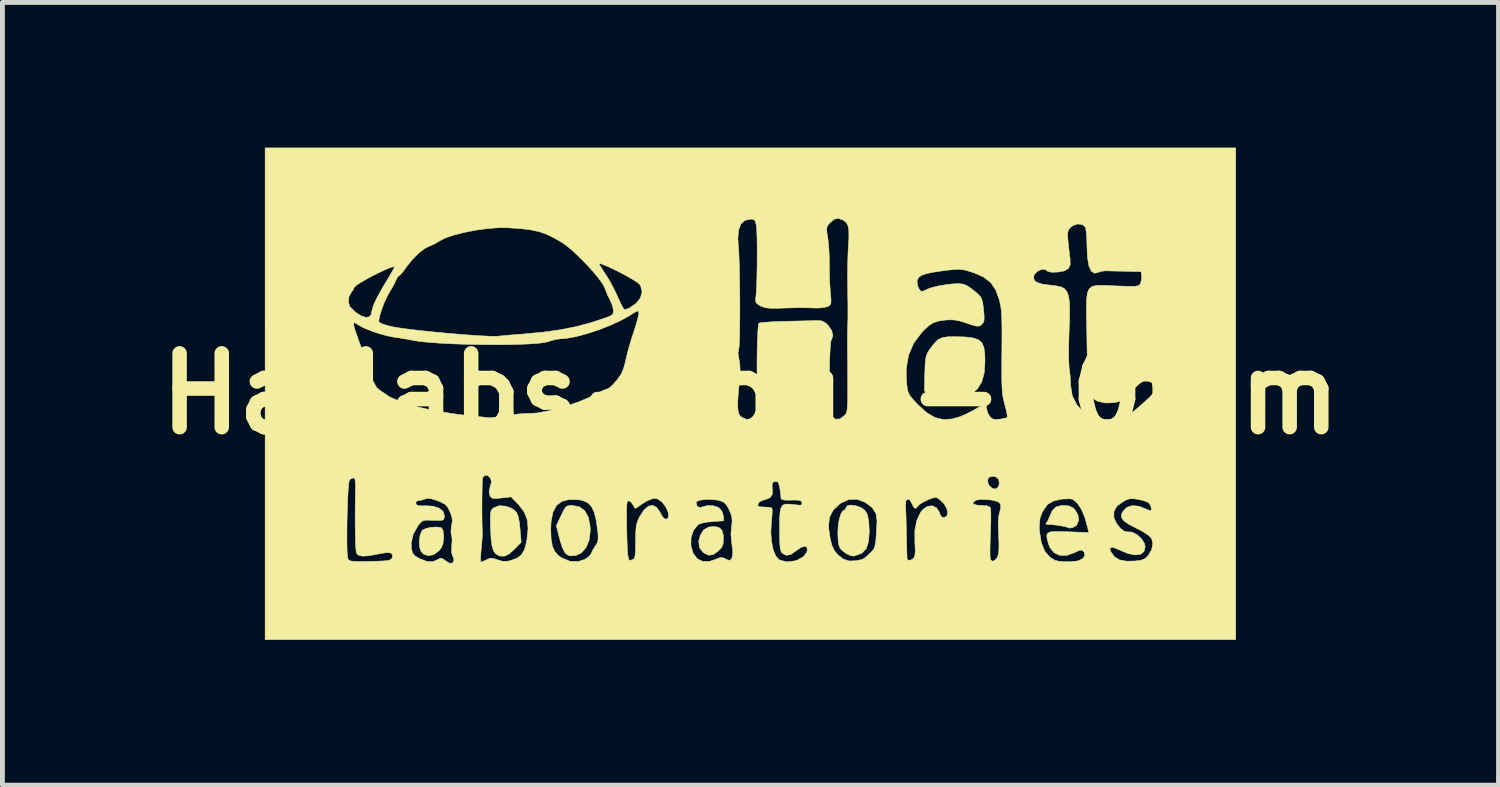
<source format=kicad_pcb>
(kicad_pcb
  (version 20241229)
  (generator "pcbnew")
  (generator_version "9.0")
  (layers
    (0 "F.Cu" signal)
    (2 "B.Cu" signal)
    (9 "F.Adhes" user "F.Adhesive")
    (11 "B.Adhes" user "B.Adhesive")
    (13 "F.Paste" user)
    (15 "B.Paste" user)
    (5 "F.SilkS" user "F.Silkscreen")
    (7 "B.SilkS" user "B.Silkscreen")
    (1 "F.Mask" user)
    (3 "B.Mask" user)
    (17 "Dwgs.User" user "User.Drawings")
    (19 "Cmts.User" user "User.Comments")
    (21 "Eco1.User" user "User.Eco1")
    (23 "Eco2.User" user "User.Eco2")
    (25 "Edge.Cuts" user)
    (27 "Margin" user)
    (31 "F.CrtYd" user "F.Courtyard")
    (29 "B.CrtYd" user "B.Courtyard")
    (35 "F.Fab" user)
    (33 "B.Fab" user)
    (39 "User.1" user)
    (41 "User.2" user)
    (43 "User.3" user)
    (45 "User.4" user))
  (footprint "Hatlabs-logo-20mm"
    (layer "F.Cu")
    (at 12.453 5.085)
    (property "Reference" "Hatlabs-logo-20mm" (at 0 0 0) (layer "F.SilkS") (effects (font (size 1.524 1.524) (thickness 0.3))))
    (attr through_hole)
    (fp_poly (pts (xy -0.656 2.758) (xy -0.591 2.814) (xy -0.561 2.919) (xy -0.557 2.998) (xy -0.565 3.105) (xy -0.598 3.18) (xy -0.663 3.247) (xy -0.767 3.321) (xy -0.858 3.336) (xy -0.952 3.294) (xy -0.981 3.273) (xy -1.054 3.177) (xy -1.068 3.049) (xy -1.035 2.921) (xy -0.967 2.811) (xy -0.865 2.754) (xy -0.764 2.742) (xy -0.656 2.758)) (stroke (width 0.01) (type solid)) (fill yes) (layer "F.SilkS"))
    (fp_poly (pts (xy -6.409 2.76) (xy -6.383 2.771) (xy -6.35 2.825) (xy -6.338 2.93) (xy -6.338 2.977) (xy -6.351 3.097) (xy -6.386 3.182) (xy -6.437 3.245) (xy -6.543 3.322) (xy -6.652 3.345) (xy -6.75 3.314) (xy -6.805 3.258) (xy -6.836 3.167) (xy -6.842 3.047) (xy -6.826 2.927) (xy -6.789 2.834) (xy -6.775 2.817) (xy -6.709 2.783) (xy -6.607 2.761) (xy -6.498 2.752) (xy -6.409 2.76)) (stroke (width 0.01) (type solid)) (fill yes) (layer "F.SilkS"))
    (fp_poly (pts (xy -3.535 2.334) (xy -3.422 2.416) (xy -3.348 2.553) (xy -3.312 2.742) (xy -3.309 2.832) (xy -3.331 3.018) (xy -3.392 3.171) (xy -3.486 3.282) (xy -3.607 3.342) (xy -3.718 3.349) (xy -3.784 3.327) (xy -3.838 3.273) (xy -3.886 3.176) (xy -3.933 3.028) (xy -3.956 2.942) (xy -4.01 2.726) (xy -3.912 2.516) (xy -3.858 2.406) (xy -3.818 2.343) (xy -3.775 2.314) (xy -3.717 2.306) (xy -3.686 2.306) (xy -3.535 2.334)) (stroke (width 0.01) (type solid)) (fill yes) (layer "F.SilkS"))
    (fp_poly (pts (xy 6.585 2.317) (xy 6.665 2.358) (xy 6.703 2.394) (xy 6.766 2.499) (xy 6.782 2.61) (xy 6.746 2.705) (xy 6.732 2.721) (xy 6.665 2.762) (xy 6.59 2.775) (xy 6.547 2.759) (xy 6.506 2.745) (xy 6.421 2.729) (xy 6.316 2.713) (xy 6.215 2.703) (xy 6.153 2.7) (xy 6.104 2.693) (xy 6.105 2.679) (xy 6.138 2.635) (xy 6.173 2.555) (xy 6.178 2.542) (xy 6.237 2.413) (xy 6.313 2.338) (xy 6.42 2.308) (xy 6.474 2.306) (xy 6.585 2.317)) (stroke (width 0.01) (type solid)) (fill yes) (layer "F.SilkS"))
    (fp_poly (pts (xy -5.061 2.321) (xy -4.965 2.353) (xy -4.886 2.395) (xy -4.832 2.451) (xy -4.796 2.535) (xy -4.773 2.661) (xy -4.759 2.799) (xy -4.737 3.068) (xy -4.867 3.202) (xy -4.98 3.305) (xy -5.075 3.353) (xy -5.165 3.354) (xy -5.203 3.342) (xy -5.265 3.304) (xy -5.309 3.24) (xy -5.339 3.141) (xy -5.358 2.996) (xy -5.368 2.795) (xy -5.369 2.785) (xy -5.373 2.621) (xy -5.372 2.511) (xy -5.365 2.441) (xy -5.349 2.399) (xy -5.323 2.37) (xy -5.306 2.358) (xy -5.194 2.312) (xy -5.061 2.321)) (stroke (width 0.01) (type solid)) (fill yes) (layer "F.SilkS"))
    (fp_poly (pts (xy 2.168 2.31) (xy 2.273 2.345) (xy 2.314 2.367) (xy 2.377 2.422) (xy 2.419 2.507) (xy 2.444 2.633) (xy 2.454 2.813) (xy 2.455 2.857) (xy 2.44 3.054) (xy 2.392 3.198) (xy 2.313 3.286) (xy 2.278 3.303) (xy 2.193 3.334) (xy 2.139 3.353) (xy 2.082 3.348) (xy 1.999 3.311) (xy 1.966 3.291) (xy 1.894 3.239) (xy 1.849 3.186) (xy 1.823 3.115) (xy 1.811 3.009) (xy 1.806 2.867) (xy 1.813 2.721) (xy 1.836 2.587) (xy 1.87 2.481) (xy 1.911 2.418) (xy 1.937 2.406) (xy 1.968 2.379) (xy 1.972 2.356) (xy 2 2.315) (xy 2.071 2.299) (xy 2.168 2.31)) (stroke (width 0.01) (type solid)) (fill yes) (layer "F.SilkS"))
    (fp_poly (pts (xy 4.426 -1.175) (xy 4.591 -1.156) (xy 4.707 -1.118) (xy 4.782 -1.054) (xy 4.824 -0.956) (xy 4.842 -0.819) (xy 4.846 -0.672) (xy 4.831 -0.437) (xy 4.781 -0.251) (xy 4.692 -0.104) (xy 4.555 0.016) (xy 4.415 0.097) (xy 4.246 0.173) (xy 4.114 0.209) (xy 4.006 0.208) (xy 3.922 0.18) (xy 3.829 0.125) (xy 3.727 0.052) (xy 3.706 0.035) (xy 3.593 -0.06) (xy 3.602 -0.422) (xy 3.608 -0.588) (xy 3.617 -0.703) (xy 3.633 -0.784) (xy 3.659 -0.847) (xy 3.695 -0.906) (xy 3.791 -1.035) (xy 3.873 -1.116) (xy 3.963 -1.16) (xy 4.079 -1.178) (xy 4.203 -1.18) (xy 4.426 -1.175)) (stroke (width 0.01) (type solid)) (fill yes) (layer "F.SilkS"))
    (fp_poly (pts (xy 10.026 5.08) (xy -10.026 5.08) (xy -10.026 3.037) (xy -8.336 3.037) (xy -8.334 3.197) (xy -8.329 3.318) (xy -8.32 3.39) (xy -8.318 3.397) (xy -8.304 3.426) (xy -8.28 3.446) (xy -8.233 3.457) (xy -8.153 3.463) (xy -8.027 3.464) (xy -7.867 3.462) (xy -7.687 3.458) (xy -7.561 3.452) (xy -7.481 3.442) (xy -7.433 3.425) (xy -7.407 3.402) (xy -7.406 3.4) (xy -7.39 3.338) (xy -7.412 3.303) (xy -7.448 3.284) (xy -7.51 3.282) (xy -7.613 3.296) (xy -7.721 3.317) (xy -7.892 3.347) (xy -8.01 3.354) (xy -8.071 3.342) (xy -8.106 3.327) (xy -8.129 3.304) (xy -8.144 3.262) (xy -8.153 3.189) (xy -8.158 3.094) (xy -7.009 3.094) (xy -7.002 3.207) (xy -6.978 3.292) (xy -6.93 3.35) (xy -6.837 3.404) (xy -6.837 3.404) (xy -6.685 3.463) (xy -6.562 3.469) (xy -6.461 3.426) (xy -6.405 3.396) (xy -6.357 3.407) (xy -6.311 3.442) (xy -6.22 3.499) (xy -6.156 3.497) (xy -6.128 3.459) (xy -6.129 3.429) (xy -5.575 3.429) (xy -5.569 3.474) (xy -5.567 3.476) (xy -5.524 3.462) (xy -5.452 3.428) (xy -5.45 3.427) (xy -5.38 3.398) (xy -5.316 3.399) (xy -5.224 3.429) (xy -5.223 3.43) (xy -5.118 3.461) (xy -5.021 3.459) (xy -4.948 3.443) (xy -4.819 3.395) (xy -4.729 3.325) (xy -4.668 3.219) (xy -4.627 3.063) (xy -4.616 3.003) (xy -4.595 2.789) (xy -4.125 2.789) (xy -4.118 2.995) (xy -4.091 3.149) (xy -4.039 3.263) (xy -3.958 3.349) (xy -3.9 3.389) (xy -3.728 3.46) (xy -3.559 3.466) (xy -3.424 3.422) (xy -3.343 3.368) (xy -3.292 3.306) (xy -3.289 3.298) (xy -3.252 3.22) (xy -3.199 3.136) (xy -3.162 3.075) (xy -3.147 3.008) (xy -3.148 2.91) (xy -3.156 2.835) (xy -3.187 2.609) (xy -3.207 2.531) (xy -2.558 2.531) (xy -2.556 2.727) (xy -2.555 2.789) (xy -2.55 3.021) (xy -2.543 3.194) (xy -2.534 3.315) (xy -2.523 3.392) (xy -2.508 3.432) (xy -2.491 3.442) (xy -2.453 3.432) (xy -2.426 3.422) (xy -2.401 3.402) (xy -2.386 3.355) (xy -2.377 3.27) (xy -2.373 3.142) (xy -1.229 3.142) (xy -1.185 3.291) (xy -1.099 3.407) (xy -0.984 3.464) (xy -0.843 3.462) (xy -0.718 3.419) (xy -0.629 3.384) (xy -0.568 3.385) (xy -0.534 3.402) (xy -0.467 3.434) (xy -0.434 3.442) (xy -0.39 3.413) (xy -0.367 3.333) (xy -0.367 3.219) (xy -0.382 3.126) (xy -0.403 2.896) (xy -0.391 2.759) (xy -0.378 2.634) (xy -0.385 2.541) (xy -0.416 2.447) (xy -0.438 2.399) (xy -0.483 2.316) (xy 0.155 2.316) (xy 0.187 2.334) (xy 0.269 2.339) (xy 0.285 2.339) (xy 0.377 2.345) (xy 0.437 2.358) (xy 0.446 2.365) (xy 0.45 2.408) (xy 0.447 2.5) (xy 0.436 2.623) (xy 0.432 2.659) (xy 0.422 2.863) (xy 0.436 3.054) (xy 0.47 3.22) (xy 0.523 3.349) (xy 0.59 3.426) (xy 0.602 3.433) (xy 0.753 3.473) (xy 0.92 3.452) (xy 0.979 3.431) (xy 1.098 3.362) (xy 1.162 3.275) (xy 1.175 3.226) (xy 1.166 3.167) (xy 1.117 3.15) (xy 1.04 3.176) (xy 0.95 3.239) (xy 0.837 3.319) (xy 0.744 3.338) (xy 0.663 3.298) (xy 0.654 3.29) (xy 0.632 3.255) (xy 0.617 3.197) (xy 0.607 3.103) (xy 0.603 2.963) (xy 0.602 2.789) (xy 0.602 2.727) (xy 1.614 2.727) (xy 1.62 2.803) (xy 1.648 2.992) (xy 1.683 3.131) (xy 1.731 3.234) (xy 1.798 3.318) (xy 1.812 3.332) (xy 1.923 3.416) (xy 2.042 3.454) (xy 2.185 3.449) (xy 2.308 3.422) (xy 2.361 3.391) (xy 2.436 3.328) (xy 2.473 3.292) (xy 2.515 3.248) (xy 2.546 3.209) (xy 2.567 3.164) (xy 2.582 3.1) (xy 2.593 3.007) (xy 2.602 2.874) (xy 2.612 2.688) (xy 2.615 2.623) (xy 2.594 2.476) (xy 2.513 2.349) (xy 2.454 2.305) (xy 3.203 2.305) (xy 3.203 2.307) (xy 3.208 2.382) (xy 3.213 2.509) (xy 3.218 2.67) (xy 3.222 2.851) (xy 3.223 2.908) (xy 3.227 3.082) (xy 3.23 3.231) (xy 3.234 3.344) (xy 3.236 3.408) (xy 3.237 3.417) (xy 3.267 3.442) (xy 3.324 3.431) (xy 3.376 3.391) (xy 3.398 3.337) (xy 3.405 3.241) (xy 3.398 3.09) (xy 3.397 3.081) (xy 3.396 2.827) (xy 3.437 2.613) (xy 3.518 2.444) (xy 3.558 2.395) (xy 3.657 2.325) (xy 3.758 2.314) (xy 3.846 2.357) (xy 3.905 2.45) (xy 3.916 2.49) (xy 3.954 2.547) (xy 3.994 2.557) (xy 4.053 2.532) (xy 4.074 2.468) (xy 4.059 2.381) (xy 4.009 2.287) (xy 3.976 2.248) (xy 3.975 2.246) (xy 4.596 2.246) (xy 4.608 2.279) (xy 4.678 2.3) (xy 4.778 2.306) (xy 4.889 2.314) (xy 4.947 2.34) (xy 4.959 2.359) (xy 4.965 2.41) (xy 4.967 2.514) (xy 4.966 2.658) (xy 4.961 2.828) (xy 4.958 2.89) (xy 4.952 3.066) (xy 4.949 3.22) (xy 4.95 3.341) (xy 4.955 3.412) (xy 4.958 3.423) (xy 4.994 3.459) (xy 5.044 3.445) (xy 5.093 3.39) (xy 5.125 3.307) (xy 5.126 3.304) (xy 5.133 3.223) (xy 5.134 3.097) (xy 5.129 2.949) (xy 5.126 2.891) (xy 5.121 2.746) (xy 5.967 2.746) (xy 5.972 2.845) (xy 6.009 3.075) (xy 6.08 3.251) (xy 6.187 3.377) (xy 6.3 3.444) (xy 6.383 3.461) (xy 6.504 3.469) (xy 6.636 3.467) (xy 6.75 3.454) (xy 6.781 3.447) (xy 6.869 3.402) (xy 6.909 3.34) (xy 6.895 3.274) (xy 6.883 3.259) (xy 6.844 3.231) (xy 6.798 3.233) (xy 6.721 3.269) (xy 6.708 3.276) (xy 6.544 3.337) (xy 6.398 3.34) (xy 6.277 3.287) (xy 6.216 3.213) (xy 7.427 3.213) (xy 7.448 3.267) (xy 7.524 3.369) (xy 7.626 3.431) (xy 7.767 3.458) (xy 7.954 3.454) (xy 8.075 3.437) (xy 8.154 3.404) (xy 8.212 3.349) (xy 8.289 3.22) (xy 8.312 3.09) (xy 8.286 2.986) (xy 8.228 2.926) (xy 8.116 2.852) (xy 7.967 2.774) (xy 7.811 2.693) (xy 7.713 2.623) (xy 7.667 2.557) (xy 7.667 2.487) (xy 7.686 2.442) (xy 7.769 2.35) (xy 7.887 2.31) (xy 8.031 2.324) (xy 8.156 2.374) (xy 8.244 2.411) (xy 8.283 2.405) (xy 8.279 2.35) (xy 8.258 2.291) (xy 8.216 2.245) (xy 8.123 2.207) (xy 8.039 2.188) (xy 7.923 2.168) (xy 7.843 2.168) (xy 7.771 2.19) (xy 7.707 2.222) (xy 7.577 2.316) (xy 7.51 2.425) (xy 7.508 2.55) (xy 7.518 2.583) (xy 7.571 2.689) (xy 7.644 2.78) (xy 7.721 2.839) (xy 7.786 2.851) (xy 7.882 2.857) (xy 7.985 2.909) (xy 8.077 2.991) (xy 8.139 3.09) (xy 8.155 3.163) (xy 8.13 3.261) (xy 8.058 3.317) (xy 7.945 3.33) (xy 7.796 3.299) (xy 7.619 3.225) (xy 7.508 3.178) (xy 7.443 3.175) (xy 7.427 3.213) (xy 6.216 3.213) (xy 6.189 3.18) (xy 6.156 3.097) (xy 6.129 2.994) (xy 6.122 2.923) (xy 6.143 2.878) (xy 6.2 2.853) (xy 6.302 2.845) (xy 6.458 2.847) (xy 6.569 2.851) (xy 6.989 2.867) (xy 6.966 2.762) (xy 6.909 2.557) (xy 6.836 2.386) (xy 6.753 2.259) (xy 6.664 2.185) (xy 6.608 2.169) (xy 6.424 2.176) (xy 6.267 2.213) (xy 6.151 2.277) (xy 6.124 2.304) (xy 6.03 2.441) (xy 5.98 2.58) (xy 5.967 2.746) (xy 5.121 2.746) (xy 5.119 2.67) (xy 5.132 2.512) (xy 5.145 2.463) (xy 5.173 2.347) (xy 5.162 2.271) (xy 5.102 2.224) (xy 4.987 2.197) (xy 4.931 2.19) (xy 4.774 2.182) (xy 4.668 2.196) (xy 4.647 2.205) (xy 4.596 2.246) (xy 3.975 2.246) (xy 3.904 2.181) (xy 3.845 2.143) (xy 3.829 2.139) (xy 3.761 2.154) (xy 3.666 2.191) (xy 3.568 2.24) (xy 3.49 2.289) (xy 3.454 2.325) (xy 3.419 2.37) (xy 3.378 2.352) (xy 3.338 2.274) (xy 3.337 2.271) (xy 3.292 2.193) (xy 3.245 2.175) (xy 3.211 2.214) (xy 3.203 2.305) (xy 2.454 2.305) (xy 2.368 2.241) (xy 2.201 2.179) (xy 2.035 2.184) (xy 1.875 2.255) (xy 1.848 2.273) (xy 1.711 2.403) (xy 1.634 2.55) (xy 1.614 2.727) (xy 0.602 2.727) (xy 0.603 2.589) (xy 0.612 2.446) (xy 0.633 2.352) (xy 0.671 2.299) (xy 0.733 2.278) (xy 0.823 2.28) (xy 0.908 2.29) (xy 1.007 2.301) (xy 1.054 2.297) (xy 1.066 2.273) (xy 1.063 2.251) (xy 1.047 2.217) (xy 1.007 2.2) (xy 0.926 2.195) (xy 0.843 2.197) (xy 0.716 2.197) (xy 0.648 2.184) (xy 0.633 2.164) (xy 0.62 2.033) (xy 0.601 1.919) (xy 0.579 1.843) (xy 0.569 1.825) (xy 0.516 1.81) (xy 0.485 1.817) (xy 0.45 1.847) (xy 0.447 1.913) (xy 0.453 1.955) (xy 0.456 2.069) (xy 0.409 2.144) (xy 0.305 2.187) (xy 0.284 2.191) (xy 0.193 2.227) (xy 0.157 2.276) (xy 0.155 2.316) (xy -0.483 2.316) (xy -0.494 2.297) (xy -0.552 2.239) (xy -0.632 2.207) (xy -0.632 2.207) (xy -0.743 2.188) (xy -0.865 2.182) (xy -0.981 2.189) (xy -1.071 2.206) (xy -1.119 2.233) (xy -1.122 2.242) (xy -1.103 2.319) (xy -1.051 2.351) (xy -1.001 2.339) (xy -0.894 2.309) (xy -0.769 2.313) (xy -0.662 2.348) (xy -0.638 2.365) (xy -0.582 2.441) (xy -0.559 2.523) (xy -0.551 2.624) (xy -0.789 2.64) (xy -0.919 2.655) (xy -1.025 2.679) (xy -1.083 2.705) (xy -1.178 2.824) (xy -1.227 2.976) (xy -1.229 3.142) (xy -2.373 3.142) (xy -2.373 3.136) (xy -2.373 3.053) (xy -2.371 2.887) (xy -2.363 2.768) (xy -2.346 2.678) (xy -2.317 2.598) (xy -2.289 2.54) (xy -2.2 2.401) (xy -2.108 2.322) (xy -2.018 2.304) (xy -1.935 2.349) (xy -1.873 2.437) (xy -1.817 2.538) (xy -1.774 2.585) (xy -1.733 2.589) (xy -1.712 2.578) (xy -1.689 2.529) (xy -1.701 2.447) (xy -1.741 2.352) (xy -1.802 2.264) (xy -1.839 2.227) (xy -1.916 2.173) (xy -1.984 2.161) (xy -2.042 2.173) (xy -2.137 2.214) (xy -2.241 2.276) (xy -2.262 2.291) (xy -2.333 2.342) (xy -2.377 2.368) (xy -2.383 2.368) (xy -2.439 2.273) (xy -2.484 2.225) (xy -2.514 2.212) (xy -2.533 2.216) (xy -2.546 2.241) (xy -2.554 2.296) (xy -2.558 2.39) (xy -2.558 2.531) (xy -3.207 2.531) (xy -3.229 2.442) (xy -3.287 2.324) (xy -3.366 2.248) (xy -3.471 2.204) (xy -3.552 2.189) (xy -3.747 2.184) (xy -3.898 2.223) (xy -4.008 2.31) (xy -4.081 2.449) (xy -4.118 2.642) (xy -4.125 2.789) (xy -4.595 2.789) (xy -4.594 2.782) (xy -4.611 2.603) (xy -4.67 2.449) (xy -4.776 2.306) (xy -4.8 2.28) (xy -4.943 2.13) (xy -5.143 2.153) (xy -5.257 2.163) (xy -5.323 2.159) (xy -5.36 2.138) (xy -5.381 2.106) (xy -5.4 2.031) (xy -5.381 1.935) (xy -5.375 1.919) (xy -5.351 1.818) (xy -5.357 1.791) (xy 4.896 1.791) (xy 4.92 1.876) (xy 4.931 1.895) (xy 4.999 1.958) (xy 5.069 1.966) (xy 5.123 1.92) (xy 5.141 1.858) (xy 5.13 1.766) (xy 5.069 1.716) (xy 4.992 1.705) (xy 4.922 1.729) (xy 4.896 1.791) (xy -5.357 1.791) (xy -5.367 1.748) (xy -5.369 1.745) (xy -5.428 1.689) (xy -5.488 1.683) (xy -5.529 1.728) (xy -5.536 1.778) (xy -5.541 1.881) (xy -5.544 2.027) (xy -5.546 2.201) (xy -5.547 2.392) (xy -5.545 2.586) (xy -5.542 2.771) (xy -5.538 2.891) (xy -5.54 2.955) (xy -5.548 3.065) (xy -5.56 3.196) (xy -5.563 3.217) (xy -5.572 3.338) (xy -5.575 3.429) (xy -6.129 3.429) (xy -6.131 3.393) (xy -6.15 3.359) (xy -6.175 3.282) (xy -6.171 3.147) (xy -6.17 3.133) (xy -6.163 3.026) (xy -6.169 2.942) (xy -6.178 2.914) (xy -6.188 2.855) (xy -6.18 2.76) (xy -6.174 2.728) (xy -6.158 2.623) (xy -6.171 2.53) (xy -6.209 2.433) (xy -6.255 2.342) (xy -6.308 2.284) (xy -6.391 2.239) (xy -6.465 2.209) (xy -6.591 2.169) (xy -6.674 2.16) (xy -6.717 2.172) (xy -6.805 2.201) (xy -6.852 2.206) (xy -6.906 2.223) (xy -6.912 2.264) (xy -6.894 2.298) (xy -6.847 2.314) (xy -6.755 2.315) (xy -6.717 2.313) (xy -6.556 2.322) (xy -6.431 2.362) (xy -6.349 2.43) (xy -6.322 2.519) (xy -6.323 2.532) (xy -6.331 2.581) (xy -6.353 2.607) (xy -6.404 2.617) (xy -6.499 2.616) (xy -6.554 2.614) (xy -6.673 2.61) (xy -6.746 2.617) (xy -6.796 2.643) (xy -6.843 2.694) (xy -6.866 2.724) (xy -6.969 2.906) (xy -7.009 3.094) (xy -8.158 3.094) (xy -8.159 3.073) (xy -8.163 2.904) (xy -8.163 2.883) (xy -8.166 2.675) (xy -8.166 2.447) (xy -8.164 2.232) (xy -8.162 2.097) (xy -8.159 1.934) (xy -8.161 1.827) (xy -8.171 1.766) (xy -8.187 1.741) (xy -8.199 1.738) (xy -8.261 1.761) (xy -8.284 1.783) (xy -8.295 1.828) (xy -8.306 1.929) (xy -8.315 2.073) (xy -8.323 2.249) (xy -8.329 2.445) (xy -8.334 2.649) (xy -8.336 2.851) (xy -8.336 3.037) (xy -10.026 3.037) (xy -10.026 -1.447) (xy -8.201 -1.447) (xy -8.189 -1.386) (xy -8.155 -1.277) (xy -8.098 -1.114) (xy -8.088 -1.086) (xy -8.038 -0.953) (xy -7.985 -0.822) (xy -7.954 -0.752) (xy -7.906 -0.632) (xy -7.864 -0.496) (xy -7.855 -0.456) (xy -7.795 -0.259) (xy -7.718 -0.125) (xy -7.645 -0.064) (xy -7.558 -0.009) (xy -7.503 0.034) (xy -7.436 0.073) (xy -7.321 0.122) (xy -7.175 0.175) (xy -7.013 0.228) (xy -6.854 0.274) (xy -6.713 0.309) (xy -6.608 0.327) (xy -6.577 0.328) (xy -6.485 0.333) (xy -6.417 0.351) (xy -6.414 0.353) (xy -6.347 0.375) (xy -6.219 0.4) (xy -6.032 0.427) (xy -5.792 0.454) (xy -5.682 0.466) (xy -5.555 0.478) (xy -5.452 0.489) (xy -5.393 0.495) (xy -5.389 0.496) (xy -5.339 0.493) (xy -5.241 0.48) (xy -5.112 0.461) (xy -5.055 0.451) (xy -4.895 0.428) (xy -4.733 0.412) (xy -4.601 0.406) (xy -4.579 0.407) (xy -4.419 0.397) (xy -4.218 0.363) (xy -3.991 0.308) (xy -3.757 0.24) (xy -3.665 0.207) (xy -0.264 0.207) (xy -0.259 0.328) (xy -0.241 0.411) (xy -0.207 0.463) (xy -0.167 0.492) (xy -0.079 0.528) (xy -0.013 0.524) (xy 0.067 0.478) (xy 0.068 0.478) (xy 0.147 0.417) (xy 0.178 0.359) (xy 0.174 0.277) (xy 0.166 0.239) (xy 0.155 0.155) (xy 0.147 0.024) (xy 0.141 -0.143) (xy 0.138 -0.336) (xy 0.136 -0.542) (xy 0.137 -0.751) (xy 0.14 -0.952) (xy 0.146 -1.134) (xy 0.153 -1.285) (xy 0.162 -1.396) (xy 0.173 -1.454) (xy 0.176 -1.46) (xy 0.223 -1.47) (xy 0.323 -1.479) (xy 0.465 -1.488) (xy 0.636 -1.495) (xy 0.735 -1.498) (xy 0.926 -1.502) (xy 1.103 -1.506) (xy 1.251 -1.51) (xy 1.355 -1.513) (xy 1.383 -1.513) (xy 1.48 -1.505) (xy 1.555 -1.463) (xy 1.609 -1.41) (xy 1.68 -1.303) (xy 1.704 -1.202) (xy 1.677 -1.123) (xy 1.671 -1.116) (xy 1.66 -1.072) (xy 1.65 -0.969) (xy 1.641 -0.814) (xy 1.634 -0.615) (xy 1.63 -0.378) (xy 1.63 -0.341) (xy 1.627 -0.097) (xy 1.627 0.089) (xy 1.63 0.227) (xy 1.635 0.324) (xy 1.644 0.39) (xy 1.658 0.433) (xy 1.676 0.463) (xy 1.679 0.467) (xy 1.762 0.526) (xy 1.85 0.519) (xy 1.936 0.453) (xy 1.955 0.434) (xy 1.97 0.415) (xy 1.983 0.391) (xy 1.993 0.354) (xy 2 0.301) (xy 2.005 0.223) (xy 2.008 0.116) (xy 2.009 -0.028) (xy 2.01 -0.213) (xy 2.008 -0.447) (xy 2.008 -0.518) (xy 3.219 -0.518) (xy 3.224 -0.251) (xy 3.237 -0.131) (xy 3.254 -0.047) (xy 3.286 0.023) (xy 3.342 0.097) (xy 3.433 0.197) (xy 3.453 0.218) (xy 3.633 0.384) (xy 3.806 0.488) (xy 3.982 0.532) (xy 4.172 0.519) (xy 4.328 0.474) (xy 4.458 0.418) (xy 4.598 0.346) (xy 4.661 0.309) (xy 4.77 0.246) (xy 4.837 0.225) (xy 4.87 0.247) (xy 4.88 0.31) (xy 4.88 0.311) (xy 4.901 0.391) (xy 4.943 0.465) (xy 4.993 0.515) (xy 5.053 0.533) (xy 5.145 0.526) (xy 5.237 0.51) (xy 5.296 0.493) (xy 5.305 0.488) (xy 5.306 0.449) (xy 5.29 0.363) (xy 5.261 0.248) (xy 5.255 0.226) (xy 5.234 0.145) (xy 5.217 0.066) (xy 5.205 -0.021) (xy 5.198 -0.127) (xy 5.193 -0.261) (xy 5.192 -0.434) (xy 5.192 -0.655) (xy 5.194 -0.869) (xy 5.196 -1.138) (xy 5.196 -1.351) (xy 5.193 -1.516) (xy 5.188 -1.645) (xy 5.179 -1.748) (xy 5.166 -1.833) (xy 5.148 -1.912) (xy 5.137 -1.954) (xy 5.065 -2.15) (xy 4.965 -2.296) (xy 4.827 -2.405) (xy 5.849 -2.405) (xy 5.866 -2.343) (xy 5.924 -2.298) (xy 6.032 -2.266) (xy 6.197 -2.244) (xy 6.198 -2.243) (xy 6.322 -2.229) (xy 6.418 -2.207) (xy 6.49 -2.169) (xy 6.541 -2.108) (xy 6.573 -2.017) (xy 6.59 -1.887) (xy 6.595 -1.711) (xy 6.591 -1.482) (xy 6.583 -1.28) (xy 6.577 -1.073) (xy 6.575 -0.877) (xy 6.576 -0.707) (xy 6.581 -0.577) (xy 6.587 -0.512) (xy 6.604 -0.376) (xy 6.614 -0.225) (xy 6.615 -0.174) (xy 6.649 0.039) (xy 6.742 0.227) (xy 6.84 0.337) (xy 6.946 0.43) (xy 7.033 0.489) (xy 7.121 0.52) (xy 7.232 0.531) (xy 7.386 0.529) (xy 7.403 0.528) (xy 7.557 0.52) (xy 7.663 0.507) (xy 7.742 0.482) (xy 7.811 0.443) (xy 7.824 0.434) (xy 7.907 0.371) (xy 8.016 0.279) (xy 8.132 0.177) (xy 8.154 0.157) (xy 8.255 0.061) (xy 8.315 -0.004) (xy 8.342 -0.053) (xy 8.344 -0.099) (xy 8.333 -0.144) (xy 8.299 -0.222) (xy 8.239 -0.255) (xy 8.195 -0.261) (xy 8.136 -0.261) (xy 8.082 -0.241) (xy 8.017 -0.193) (xy 7.928 -0.108) (xy 7.877 -0.055) (xy 7.77 0.052) (xy 7.689 0.119) (xy 7.618 0.158) (xy 7.54 0.18) (xy 7.507 0.185) (xy 7.331 0.19) (xy 7.172 0.154) (xy 7.05 0.082) (xy 7.032 0.064) (xy 6.998 0.012) (xy 6.978 -0.063) (xy 6.967 -0.176) (xy 6.964 -0.279) (xy 6.963 -0.394) (xy 6.96 -0.561) (xy 6.957 -0.767) (xy 6.953 -0.997) (xy 6.949 -1.237) (xy 6.948 -1.325) (xy 6.942 -1.599) (xy 6.94 -1.813) (xy 6.946 -1.974) (xy 6.963 -2.09) (xy 6.998 -2.168) (xy 7.054 -2.214) (xy 7.137 -2.236) (xy 7.251 -2.241) (xy 7.4 -2.236) (xy 7.545 -2.229) (xy 7.732 -2.222) (xy 7.864 -2.219) (xy 7.951 -2.222) (xy 8.005 -2.231) (xy 8.035 -2.247) (xy 8.054 -2.271) (xy 8.057 -2.276) (xy 8.08 -2.361) (xy 8.082 -2.433) (xy 8.071 -2.523) (xy 7.737 -2.531) (xy 7.586 -2.534) (xy 7.452 -2.537) (xy 7.356 -2.539) (xy 7.325 -2.539) (xy 7.239 -2.528) (xy 7.195 -2.511) (xy 7.109 -2.49) (xy 7.041 -2.533) (xy 6.993 -2.64) (xy 6.963 -2.811) (xy 6.952 -3.046) (xy 6.952 -3.072) (xy 6.948 -3.216) (xy 6.938 -3.34) (xy 6.924 -3.425) (xy 6.917 -3.445) (xy 6.856 -3.496) (xy 6.765 -3.508) (xy 6.669 -3.479) (xy 6.613 -3.438) (xy 6.575 -3.392) (xy 6.556 -3.338) (xy 6.554 -3.255) (xy 6.562 -3.145) (xy 6.577 -3.006) (xy 6.592 -2.871) (xy 6.603 -2.791) (xy 6.606 -2.667) (xy 6.568 -2.586) (xy 6.48 -2.537) (xy 6.343 -2.514) (xy 6.221 -2.511) (xy 6.148 -2.526) (xy 6.135 -2.536) (xy 6.08 -2.572) (xy 6.003 -2.566) (xy 5.925 -2.527) (xy 5.867 -2.467) (xy 5.849 -2.405) (xy 4.827 -2.405) (xy 4.825 -2.407) (xy 4.634 -2.493) (xy 4.587 -2.509) (xy 4.473 -2.544) (xy 4.384 -2.564) (xy 4.298 -2.571) (xy 4.193 -2.566) (xy 4.049 -2.55) (xy 4.003 -2.544) (xy 3.79 -2.514) (xy 3.635 -2.482) (xy 3.531 -2.445) (xy 3.47 -2.399) (xy 3.445 -2.343) (xy 3.442 -2.314) (xy 3.458 -2.221) (xy 3.487 -2.158) (xy 3.52 -2.121) (xy 3.557 -2.117) (xy 3.624 -2.146) (xy 3.643 -2.156) (xy 3.75 -2.196) (xy 3.899 -2.231) (xy 4.066 -2.259) (xy 4.226 -2.274) (xy 4.31 -2.275) (xy 4.391 -2.266) (xy 4.466 -2.238) (xy 4.553 -2.181) (xy 4.67 -2.087) (xy 4.677 -2.08) (xy 4.738 -2.023) (xy 4.775 -1.967) (xy 4.797 -1.889) (xy 4.813 -1.771) (xy 4.817 -1.735) (xy 4.828 -1.605) (xy 4.827 -1.523) (xy 4.812 -1.473) (xy 4.782 -1.436) (xy 4.776 -1.431) (xy 4.738 -1.404) (xy 4.697 -1.395) (xy 4.635 -1.405) (xy 4.535 -1.436) (xy 4.469 -1.459) (xy 4.316 -1.506) (xy 4.192 -1.527) (xy 4.067 -1.526) (xy 4.034 -1.523) (xy 3.893 -1.504) (xy 3.787 -1.472) (xy 3.694 -1.414) (xy 3.591 -1.32) (xy 3.535 -1.261) (xy 3.371 -1.042) (xy 3.266 -0.795) (xy 3.219 -0.518) (xy 2.008 -0.518) (xy 2.006 -0.734) (xy 2.004 -1.082) (xy 2.003 -1.12) (xy 2.005 -1.258) (xy 2.009 -1.411) (xy 2.011 -1.471) (xy 2.014 -1.57) (xy 2.014 -1.719) (xy 2.013 -1.9) (xy 2.01 -2.096) (xy 2.009 -2.172) (xy 2.006 -2.387) (xy 2.008 -2.612) (xy 2.013 -2.824) (xy 2.02 -2.997) (xy 2.023 -3.029) (xy 2.034 -3.225) (xy 2.033 -3.366) (xy 2.018 -3.464) (xy 1.985 -3.531) (xy 1.933 -3.577) (xy 1.904 -3.593) (xy 1.812 -3.624) (xy 1.73 -3.605) (xy 1.641 -3.531) (xy 1.623 -3.511) (xy 1.589 -3.466) (xy 1.575 -3.414) (xy 1.579 -3.336) (xy 1.596 -3.233) (xy 1.612 -3.106) (xy 1.624 -2.94) (xy 1.63 -2.761) (xy 1.631 -2.674) (xy 1.632 -2.494) (xy 1.638 -2.307) (xy 1.648 -2.143) (xy 1.653 -2.083) (xy 1.664 -1.958) (xy 1.664 -1.883) (xy 1.65 -1.84) (xy 1.619 -1.813) (xy 1.603 -1.804) (xy 1.53 -1.784) (xy 1.418 -1.772) (xy 1.333 -1.772) (xy 1.143 -1.777) (xy 0.949 -1.777) (xy 0.726 -1.772) (xy 0.568 -1.766) (xy 0.414 -1.765) (xy 0.303 -1.779) (xy 0.217 -1.811) (xy 0.206 -1.816) (xy 0.135 -1.86) (xy 0.107 -1.905) (xy 0.109 -1.98) (xy 0.114 -2.016) (xy 0.122 -2.111) (xy 0.129 -2.255) (xy 0.134 -2.434) (xy 0.138 -2.634) (xy 0.139 -2.841) (xy 0.139 -3.041) (xy 0.136 -3.221) (xy 0.131 -3.367) (xy 0.124 -3.464) (xy 0.121 -3.484) (xy 0.098 -3.568) (xy 0.061 -3.603) (xy 0.013 -3.609) (xy -0.111 -3.584) (xy -0.197 -3.508) (xy -0.246 -3.379) (xy -0.259 -3.196) (xy -0.25 -3.062) (xy -0.241 -2.95) (xy -0.234 -2.792) (xy -0.228 -2.599) (xy -0.224 -2.382) (xy -0.22 -2.149) (xy -0.219 -1.911) (xy -0.219 -1.677) (xy -0.22 -1.457) (xy -0.223 -1.262) (xy -0.227 -1.1) (xy -0.233 -0.983) (xy -0.241 -0.919) (xy -0.244 -0.911) (xy -0.257 -0.846) (xy -0.24 -0.731) (xy -0.236 -0.713) (xy -0.219 -0.614) (xy -0.214 -0.495) (xy -0.221 -0.339) (xy -0.235 -0.187) (xy -0.255 0.039) (xy -0.264 0.207) (xy -3.665 0.207) (xy -3.533 0.161) (xy -3.337 0.077) (xy -3.28 0.048) (xy -3.154 -0.017) (xy -3.047 -0.067) (xy -2.976 -0.096) (xy -2.957 -0.1) (xy -2.908 -0.126) (xy -2.837 -0.192) (xy -2.759 -0.282) (xy -2.688 -0.381) (xy -2.656 -0.436) (xy -2.62 -0.528) (xy -2.585 -0.65) (xy -2.57 -0.721) (xy -2.544 -0.833) (xy -2.503 -0.984) (xy -2.453 -1.15) (xy -2.421 -1.246) (xy -2.374 -1.394) (xy -2.336 -1.525) (xy -2.312 -1.622) (xy -2.306 -1.662) (xy -2.309 -1.7) (xy -2.327 -1.711) (xy -2.372 -1.692) (xy -2.456 -1.641) (xy -2.492 -1.618) (xy -2.674 -1.516) (xy -2.892 -1.415) (xy -3.13 -1.322) (xy -3.37 -1.243) (xy -3.597 -1.182) (xy -3.795 -1.145) (xy -3.91 -1.136) (xy -4.026 -1.122) (xy -4.148 -1.087) (xy -4.165 -1.08) (xy -4.251 -1.059) (xy -4.394 -1.042) (xy -4.584 -1.029) (xy -4.813 -1.02) (xy -5.069 -1.015) (xy -5.344 -1.014) (xy -5.629 -1.017) (xy -5.913 -1.023) (xy -6.187 -1.033) (xy -6.441 -1.047) (xy -6.666 -1.064) (xy -6.852 -1.084) (xy -6.974 -1.104) (xy -7.099 -1.128) (xy -7.25 -1.153) (xy -7.353 -1.167) (xy -7.503 -1.197) (xy -7.675 -1.244) (xy -7.846 -1.303) (xy -7.995 -1.364) (xy -8.1 -1.422) (xy -8.156 -1.458) (xy -8.189 -1.469) (xy -8.201 -1.447) (xy -10.026 -1.447) (xy -10.026 -1.522) (xy -7.676 -1.522) (xy -7.674 -1.486) (xy -7.636 -1.458) (xy -7.55 -1.425) (xy -7.434 -1.393) (xy -7.428 -1.391) (xy -7.31 -1.369) (xy -7.142 -1.345) (xy -6.935 -1.319) (xy -6.701 -1.293) (xy -6.451 -1.268) (xy -6.197 -1.245) (xy -5.948 -1.224) (xy -5.717 -1.207) (xy -5.514 -1.195) (xy -5.351 -1.188) (xy -5.24 -1.188) (xy -5.214 -1.19) (xy -5.135 -1.198) (xy -5.007 -1.21) (xy -4.848 -1.223) (xy -4.679 -1.236) (xy -4.275 -1.274) (xy -3.92 -1.324) (xy -3.595 -1.389) (xy -3.283 -1.473) (xy -3.008 -1.564) (xy -2.905 -1.603) (xy -2.851 -1.636) (xy -2.832 -1.677) (xy -2.832 -1.731) (xy -2.855 -1.832) (xy -2.9 -1.937) (xy -2.904 -1.945) (xy -2.959 -2.057) (xy -3.005 -2.176) (xy -3.007 -2.181) (xy -3.052 -2.269) (xy -3.138 -2.388) (xy -3.254 -2.528) (xy -3.39 -2.677) (xy -3.403 -2.691) (xy -3.122 -2.691) (xy -3.12 -2.669) (xy -3.089 -2.615) (xy -3.026 -2.519) (xy -2.972 -2.437) (xy -2.895 -2.311) (xy -2.813 -2.154) (xy -2.741 -2.001) (xy -2.739 -1.995) (xy -2.686 -1.877) (xy -2.639 -1.788) (xy -2.607 -1.741) (xy -2.6 -1.738) (xy -2.549 -1.752) (xy -2.496 -1.775) (xy -2.358 -1.871) (xy -2.271 -1.984) (xy -2.239 -2.106) (xy -2.267 -2.225) (xy -2.287 -2.259) (xy -2.334 -2.299) (xy -2.428 -2.359) (xy -2.553 -2.432) (xy -2.696 -2.508) (xy -2.841 -2.58) (xy -2.974 -2.641) (xy -3.052 -2.672) (xy -3.098 -2.689) (xy -3.122 -2.691) (xy -3.403 -2.691) (xy -3.534 -2.824) (xy -3.676 -2.957) (xy -3.806 -3.065) (xy -3.894 -3.127) (xy -4.064 -3.224) (xy -4.216 -3.297) (xy -4.367 -3.349) (xy -4.532 -3.385) (xy -4.729 -3.41) (xy -4.974 -3.427) (xy -5.013 -3.43) (xy -5.213 -3.43) (xy -5.439 -3.412) (xy -5.675 -3.379) (xy -5.907 -3.334) (xy -6.118 -3.281) (xy -6.294 -3.222) (xy -6.417 -3.16) (xy -6.513 -3.103) (xy -6.602 -3.062) (xy -6.617 -3.057) (xy -6.731 -3.001) (xy -6.86 -2.9) (xy -6.991 -2.767) (xy -7.102 -2.626) (xy -7.17 -2.532) (xy -7.227 -2.465) (xy -7.259 -2.44) (xy -7.29 -2.412) (xy -7.322 -2.348) (xy -7.361 -2.265) (xy -7.42 -2.159) (xy -7.452 -2.106) (xy -7.511 -1.998) (xy -7.57 -1.869) (xy -7.621 -1.735) (xy -7.658 -1.613) (xy -7.676 -1.522) (xy -10.026 -1.522) (xy -10.026 -1.895) (xy -8.306 -1.895) (xy -8.273 -1.799) (xy -8.264 -1.788) (xy -8.154 -1.683) (xy -8.041 -1.61) (xy -7.942 -1.579) (xy -7.921 -1.579) (xy -7.865 -1.595) (xy -7.835 -1.642) (xy -7.819 -1.723) (xy -7.789 -1.824) (xy -7.723 -1.969) (xy -7.624 -2.15) (xy -7.577 -2.23) (xy -7.493 -2.37) (xy -7.423 -2.489) (xy -7.375 -2.574) (xy -7.353 -2.616) (xy -7.353 -2.618) (xy -7.379 -2.624) (xy -7.451 -2.602) (xy -7.556 -2.558) (xy -7.681 -2.499) (xy -7.815 -2.432) (xy -7.944 -2.362) (xy -8.057 -2.296) (xy -8.141 -2.24) (xy -8.185 -2.2) (xy -8.188 -2.192) (xy -8.208 -2.144) (xy -8.238 -2.106) (xy -8.294 -2.006) (xy -8.306 -1.895) (xy -10.026 -1.895) (xy -10.026 -5.08) (xy 10.026 -5.08) (xy 10.026 5.08)) (stroke (width 0.01) (type solid)) (fill yes) (layer "F.SilkS")))
  (gr_rect
    (start -3 -3)
    (end 27.907 13.17)
    (stroke (width 0.1) (type default))
    (fill no)
    (layer "Edge.Cuts")))
</source>
